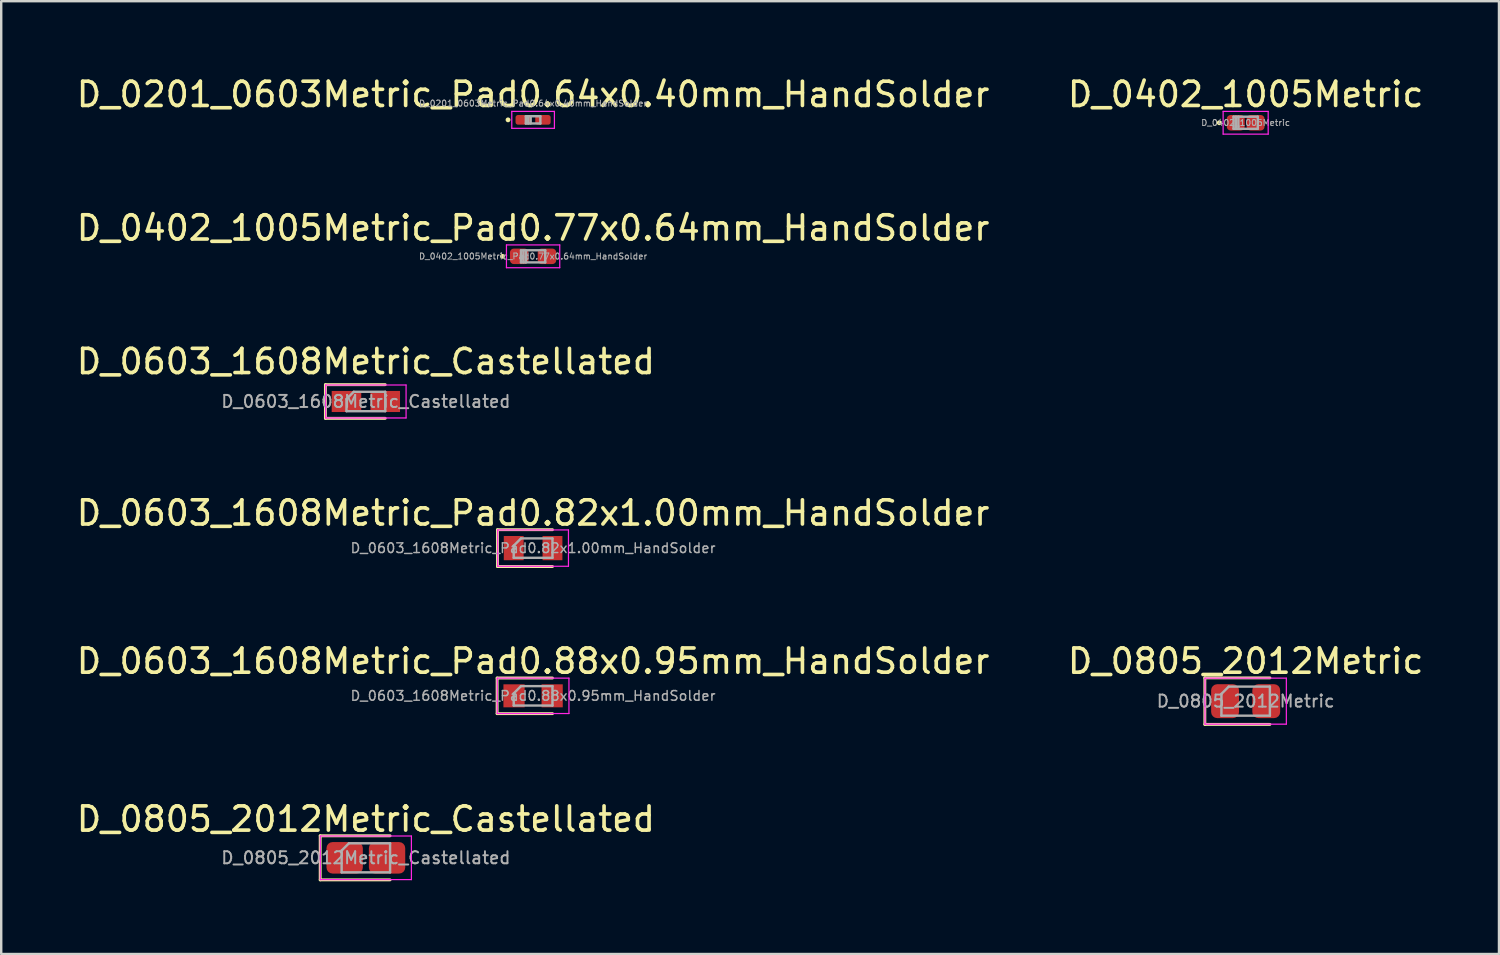
<source format=kicad_pcb>
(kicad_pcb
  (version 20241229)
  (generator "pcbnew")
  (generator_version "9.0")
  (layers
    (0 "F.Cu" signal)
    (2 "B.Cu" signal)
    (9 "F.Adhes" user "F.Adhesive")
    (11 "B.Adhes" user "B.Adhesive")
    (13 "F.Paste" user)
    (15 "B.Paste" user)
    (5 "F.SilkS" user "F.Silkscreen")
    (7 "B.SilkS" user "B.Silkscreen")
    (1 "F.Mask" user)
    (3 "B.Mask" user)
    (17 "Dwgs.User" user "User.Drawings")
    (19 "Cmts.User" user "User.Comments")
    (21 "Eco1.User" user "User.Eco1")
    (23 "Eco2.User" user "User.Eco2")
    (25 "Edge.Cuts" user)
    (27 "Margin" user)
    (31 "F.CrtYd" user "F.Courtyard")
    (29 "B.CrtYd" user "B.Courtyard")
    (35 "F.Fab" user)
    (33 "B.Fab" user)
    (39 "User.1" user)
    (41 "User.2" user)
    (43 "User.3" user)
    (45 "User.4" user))
  (footprint "D_0402_1005Metric"
    (layer "F.Cu")
    (at 48.375 2.018)
    (property "Reference" "D_0402_1005Metric" (at 0 -1.17 0) (layer "F.SilkS") (effects (font (size 1 1) (thickness 0.15))))
    (attr smd)
    (fp_circle (center -1.09 0) (end -1.04 0) (stroke (width 0.1) (type solid)) (fill no) (layer "F.SilkS"))
    (fp_line (start -0.93 -0.47) (end 0.93 -0.47) (stroke (width 0.05) (type solid)) (layer "F.CrtYd"))
    (fp_line (start -0.93 0.47) (end -0.93 -0.47) (stroke (width 0.05) (type solid)) (layer "F.CrtYd"))
    (fp_line (start 0.93 -0.47) (end 0.93 0.47) (stroke (width 0.05) (type solid)) (layer "F.CrtYd"))
    (fp_line (start 0.93 0.47) (end -0.93 0.47) (stroke (width 0.05) (type solid)) (layer "F.CrtYd"))
    (fp_line (start -0.5 -0.25) (end 0.5 -0.25) (stroke (width 0.1) (type solid)) (layer "F.Fab"))
    (fp_line (start -0.5 0.25) (end -0.5 -0.25) (stroke (width 0.1) (type solid)) (layer "F.Fab"))
    (fp_line (start -0.4 0.25) (end -0.4 -0.25) (stroke (width 0.1) (type solid)) (layer "F.Fab"))
    (fp_line (start -0.3 0.25) (end -0.3 -0.25) (stroke (width 0.1) (type solid)) (layer "F.Fab"))
    (fp_line (start 0.5 -0.25) (end 0.5 0.25) (stroke (width 0.1) (type solid)) (layer "F.Fab"))
    (fp_line (start 0.5 0.25) (end -0.5 0.25) (stroke (width 0.1) (type solid)) (layer "F.Fab"))
    (fp_text user "${REFERENCE}" (at 0 0 0) (layer "F.Fab") (effects (font (size 0.25 0.25) (thickness 0.04))))
    (pad "1" smd roundrect (at -0.41 0) (size 0.74 0.64) (layers "F.Cu" "F.Mask" "F.Paste") (roundrect_rratio 0.25))
    (pad "2" smd roundrect (at 0.41 0) (size 0.74 0.64) (layers "F.Cu" "F.Mask" "F.Paste") (roundrect_rratio 0.25)))
  (footprint "D_0603_1608Metric_Pad0.88x0.95mm_HandSolder"
    (layer "F.Cu")
    (at 18.958 25.676)
    (property "Reference" "D_0603_1608Metric_Pad0.88x0.95mm_HandSolder" (at 0 -1.43 0) (layer "F.SilkS") (effects (font (size 1 1) (thickness 0.15))))
    (attr smd)
    (fp_line (start -1.485 -0.735) (end -1.485 0.735) (stroke (width 0.12) (type solid)) (layer "F.SilkS"))
    (fp_line (start -1.485 0.735) (end 0.8 0.735) (stroke (width 0.12) (type solid)) (layer "F.SilkS"))
    (fp_line (start 0.8 -0.735) (end -1.485 -0.735) (stroke (width 0.12) (type solid)) (layer "F.SilkS"))
    (fp_line (start -1.48 -0.73) (end 1.48 -0.73) (stroke (width 0.05) (type solid)) (layer "F.CrtYd"))
    (fp_line (start -1.48 0.73) (end -1.48 -0.73) (stroke (width 0.05) (type solid)) (layer "F.CrtYd"))
    (fp_line (start 1.48 -0.73) (end 1.48 0.73) (stroke (width 0.05) (type solid)) (layer "F.CrtYd"))
    (fp_line (start 1.48 0.73) (end -1.48 0.73) (stroke (width 0.05) (type solid)) (layer "F.CrtYd"))
    (fp_line (start -0.8 -0.1) (end -0.8 0.4) (stroke (width 0.1) (type solid)) (layer "F.Fab"))
    (fp_line (start -0.8 0.4) (end 0.8 0.4) (stroke (width 0.1) (type solid)) (layer "F.Fab"))
    (fp_line (start -0.5 -0.4) (end -0.8 -0.1) (stroke (width 0.1) (type solid)) (layer "F.Fab"))
    (fp_line (start 0.8 -0.4) (end -0.5 -0.4) (stroke (width 0.1) (type solid)) (layer "F.Fab"))
    (fp_line (start 0.8 0.4) (end 0.8 -0.4) (stroke (width 0.1) (type solid)) (layer "F.Fab"))
    (fp_text user "${REFERENCE}" (at 0 0 0) (layer "F.Fab") (effects (font (size 0.4 0.4) (thickness 0.06))))
    (pad "1" smd rect (at -0.787 0) (size 0.875 0.95) (layers "F.Cu" "F.Mask" "F.Paste"))
    (pad "2" smd rect (at 0.787 0) (size 0.875 0.95) (layers "F.Cu" "F.Mask" "F.Paste")))
  (footprint "D_0603_1608Metric_Pad0.82x1.00mm_HandSolder"
    (layer "F.Cu")
    (at 18.958 19.578)
    (property "Reference" "D_0603_1608Metric_Pad0.82x1.00mm_HandSolder" (at 0 -1.45 0) (layer "F.SilkS") (effects (font (size 1 1) (thickness 0.15))))
    (attr smd)
    (fp_line (start -1.47 -0.76) (end -1.47 0.76) (stroke (width 0.12) (type solid)) (layer "F.SilkS"))
    (fp_line (start -1.47 0.76) (end 0.8 0.76) (stroke (width 0.12) (type solid)) (layer "F.SilkS"))
    (fp_line (start 0.8 -0.76) (end -1.47 -0.76) (stroke (width 0.12) (type solid)) (layer "F.SilkS"))
    (fp_line (start -1.46 -0.75) (end 1.46 -0.75) (stroke (width 0.05) (type solid)) (layer "F.CrtYd"))
    (fp_line (start -1.46 0.75) (end -1.46 -0.75) (stroke (width 0.05) (type solid)) (layer "F.CrtYd"))
    (fp_line (start 1.46 -0.75) (end 1.46 0.75) (stroke (width 0.05) (type solid)) (layer "F.CrtYd"))
    (fp_line (start 1.46 0.75) (end -1.46 0.75) (stroke (width 0.05) (type solid)) (layer "F.CrtYd"))
    (fp_line (start -0.8 -0.1) (end -0.8 0.4) (stroke (width 0.1) (type solid)) (layer "F.Fab"))
    (fp_line (start -0.8 0.4) (end 0.8 0.4) (stroke (width 0.1) (type solid)) (layer "F.Fab"))
    (fp_line (start -0.5 -0.4) (end -0.8 -0.1) (stroke (width 0.1) (type solid)) (layer "F.Fab"))
    (fp_line (start 0.8 -0.4) (end -0.5 -0.4) (stroke (width 0.1) (type solid)) (layer "F.Fab"))
    (fp_line (start 0.8 0.4) (end 0.8 -0.4) (stroke (width 0.1) (type solid)) (layer "F.Fab"))
    (fp_text user "${REFERENCE}" (at 0 0 0) (layer "F.Fab") (effects (font (size 0.4 0.4) (thickness 0.06))))
    (pad "1" smd rect (at -0.8 0) (size 0.82 1) (layers "F.Cu" "F.Mask" "F.Paste"))
    (pad "2" smd rect (at 0.8 0) (size 0.82 1) (layers "F.Cu" "F.Mask" "F.Paste")))
  (footprint "D_0603_1608Metric_Castellated"
    (layer "F.Cu")
    (at 12.054 13.525)
    (property "Reference" "D_0603_1608Metric_Castellated" (at 0 -1.65 0) (layer "F.SilkS") (effects (font (size 1 1) (thickness 0.15))))
    (attr smd)
    (fp_line (start -1.67 -0.695) (end -1.67 0.695) (stroke (width 0.12) (type solid)) (layer "F.SilkS"))
    (fp_line (start -1.67 0.695) (end 0.8 0.695) (stroke (width 0.12) (type solid)) (layer "F.SilkS"))
    (fp_line (start 0.8 -0.695) (end -1.67 -0.695) (stroke (width 0.12) (type solid)) (layer "F.SilkS"))
    (fp_line (start -1.66 -0.68) (end 1.66 -0.68) (stroke (width 0.05) (type solid)) (layer "F.CrtYd"))
    (fp_line (start -1.66 0.68) (end -1.66 -0.68) (stroke (width 0.05) (type solid)) (layer "F.CrtYd"))
    (fp_line (start 1.66 -0.68) (end 1.66 0.68) (stroke (width 0.05) (type solid)) (layer "F.CrtYd"))
    (fp_line (start 1.66 0.68) (end -1.66 0.68) (stroke (width 0.05) (type solid)) (layer "F.CrtYd"))
    (fp_line (start -0.8 -0.1) (end -0.8 0.4) (stroke (width 0.1) (type solid)) (layer "F.Fab"))
    (fp_line (start -0.8 0.4) (end 0.8 0.4) (stroke (width 0.1) (type solid)) (layer "F.Fab"))
    (fp_line (start -0.5 -0.4) (end -0.8 -0.1) (stroke (width 0.1) (type solid)) (layer "F.Fab"))
    (fp_line (start 0.8 -0.4) (end -0.5 -0.4) (stroke (width 0.1) (type solid)) (layer "F.Fab"))
    (fp_line (start 0.8 0.4) (end 0.8 -0.4) (stroke (width 0.1) (type solid)) (layer "F.Fab"))
    (fp_text user "${REFERENCE}" (at 0 0 0) (layer "F.Fab") (effects (font (size 0.5 0.5) (thickness 0.08))))
    (pad "1" smd rect (at -0.8 0) (size 1.22 0.87) (layers "F.Cu" "F.Mask" "F.Paste"))
    (pad "2" smd rect (at 0.8 0) (size 1.22 0.87) (layers "F.Cu" "F.Mask" "F.Paste")))
  (footprint "D_0805_2012Metric"
    (layer "F.Cu")
    (at 48.375 25.896)
    (property "Reference" "D_0805_2012Metric" (at 0 -1.65 0) (layer "F.SilkS") (effects (font (size 1 1) (thickness 0.15))))
    (attr smd)
    (fp_line (start -1.685 -0.96) (end -1.685 0.96) (stroke (width 0.12) (type solid)) (layer "F.SilkS"))
    (fp_line (start -1.685 0.96) (end 1 0.96) (stroke (width 0.12) (type solid)) (layer "F.SilkS"))
    (fp_line (start 1 -0.96) (end -1.685 -0.96) (stroke (width 0.12) (type solid)) (layer "F.SilkS"))
    (fp_line (start -1.68 -0.95) (end 1.68 -0.95) (stroke (width 0.05) (type solid)) (layer "F.CrtYd"))
    (fp_line (start -1.68 0.95) (end -1.68 -0.95) (stroke (width 0.05) (type solid)) (layer "F.CrtYd"))
    (fp_line (start 1.68 -0.95) (end 1.68 0.95) (stroke (width 0.05) (type solid)) (layer "F.CrtYd"))
    (fp_line (start 1.68 0.95) (end -1.68 0.95) (stroke (width 0.05) (type solid)) (layer "F.CrtYd"))
    (fp_line (start -1 -0.3) (end -1 0.6) (stroke (width 0.1) (type solid)) (layer "F.Fab"))
    (fp_line (start -1 0.6) (end 1 0.6) (stroke (width 0.1) (type solid)) (layer "F.Fab"))
    (fp_line (start -0.7 -0.6) (end -1 -0.3) (stroke (width 0.1) (type solid)) (layer "F.Fab"))
    (fp_line (start 1 -0.6) (end -0.7 -0.6) (stroke (width 0.1) (type solid)) (layer "F.Fab"))
    (fp_line (start 1 0.6) (end 1 -0.6) (stroke (width 0.1) (type solid)) (layer "F.Fab"))
    (fp_text user "${REFERENCE}" (at 0 0 0) (layer "F.Fab") (effects (font (size 0.5 0.5) (thickness 0.08))))
    (pad "1" smd roundrect (at -0.85 0) (size 1.15 1.4) (layers "F.Cu" "F.Mask" "F.Paste") (roundrect_rratio 0.217))
    (pad "2" smd roundrect (at 0.85 0) (size 1.15 1.4) (layers "F.Cu" "F.Mask" "F.Paste") (roundrect_rratio 0.217)))
  (footprint "D_0201_0603Metric_Pad0.64x0.40mm_HandSolder"
    (layer "F.Cu")
    (at 18.958 1.898)
    (property "Reference" "D_0201_0603Metric_Pad0.64x0.40mm_HandSolder" (at 0 -1.05 0) (layer "F.SilkS") (effects (font (size 1 1) (thickness 0.15))))
    (attr smd)
    (fp_circle (center -1.035 0) (end -0.985 0) (stroke (width 0.1) (type solid)) (fill no) (layer "F.SilkS"))
    (fp_line (start -0.88 -0.35) (end 0.88 -0.35) (stroke (width 0.05) (type solid)) (layer "F.CrtYd"))
    (fp_line (start -0.88 0.35) (end -0.88 -0.35) (stroke (width 0.05) (type solid)) (layer "F.CrtYd"))
    (fp_line (start 0.88 -0.35) (end 0.88 0.35) (stroke (width 0.05) (type solid)) (layer "F.CrtYd"))
    (fp_line (start 0.88 0.35) (end -0.88 0.35) (stroke (width 0.05) (type solid)) (layer "F.CrtYd"))
    (fp_line (start -0.3 -0.15) (end 0.3 -0.15) (stroke (width 0.1) (type solid)) (layer "F.Fab"))
    (fp_line (start -0.3 0.15) (end -0.3 -0.15) (stroke (width 0.1) (type solid)) (layer "F.Fab"))
    (fp_line (start -0.2 0.15) (end -0.2 -0.15) (stroke (width 0.1) (type solid)) (layer "F.Fab"))
    (fp_line (start -0.1 0.15) (end -0.1 -0.15) (stroke (width 0.1) (type solid)) (layer "F.Fab"))
    (fp_line (start 0.3 -0.15) (end 0.3 0.15) (stroke (width 0.1) (type solid)) (layer "F.Fab"))
    (fp_line (start 0.3 0.15) (end -0.3 0.15) (stroke (width 0.1) (type solid)) (layer "F.Fab"))
    (fp_text user "${REFERENCE}" (at 0 -0.68 0) (layer "F.Fab") (effects (font (size 0.25 0.25) (thickness 0.04))))
    (pad "" smd roundrect (at -0.432 0) (size 0.458 0.36) (layers "F.Paste") (roundrect_rratio 0.25))
    (pad "" smd roundrect (at 0.432 0) (size 0.458 0.36) (layers "F.Paste") (roundrect_rratio 0.25))
    (pad "1" smd roundrect (at -0.407 0) (size 0.635 0.4) (layers "F.Cu" "F.Mask") (roundrect_rratio 0.25))
    (pad "2" smd roundrect (at 0.407 0) (size 0.635 0.4) (layers "F.Cu" "F.Mask") (roundrect_rratio 0.25)))
  (footprint "D_0805_2012Metric_Castellated"
    (layer "F.Cu")
    (at 12.054 32.364)
    (property "Reference" "D_0805_2012Metric_Castellated" (at 0 -1.6 0) (layer "F.SilkS") (effects (font (size 1 1) (thickness 0.15))))
    (attr smd)
    (fp_line (start -1.885 -0.91) (end -1.885 0.91) (stroke (width 0.12) (type solid)) (layer "F.SilkS"))
    (fp_line (start -1.885 0.91) (end 1 0.91) (stroke (width 0.12) (type solid)) (layer "F.SilkS"))
    (fp_line (start 1 -0.91) (end -1.885 -0.91) (stroke (width 0.12) (type solid)) (layer "F.SilkS"))
    (fp_line (start -1.88 -0.9) (end 1.88 -0.9) (stroke (width 0.05) (type solid)) (layer "F.CrtYd"))
    (fp_line (start -1.88 0.9) (end -1.88 -0.9) (stroke (width 0.05) (type solid)) (layer "F.CrtYd"))
    (fp_line (start 1.88 -0.9) (end 1.88 0.9) (stroke (width 0.05) (type solid)) (layer "F.CrtYd"))
    (fp_line (start 1.88 0.9) (end -1.88 0.9) (stroke (width 0.05) (type solid)) (layer "F.CrtYd"))
    (fp_line (start -1 -0.3) (end -1 0.6) (stroke (width 0.1) (type solid)) (layer "F.Fab"))
    (fp_line (start -1 0.6) (end 1 0.6) (stroke (width 0.1) (type solid)) (layer "F.Fab"))
    (fp_line (start -0.7 -0.6) (end -1 -0.3) (stroke (width 0.1) (type solid)) (layer "F.Fab"))
    (fp_line (start 1 -0.6) (end -0.7 -0.6) (stroke (width 0.1) (type solid)) (layer "F.Fab"))
    (fp_line (start 1 0.6) (end 1 -0.6) (stroke (width 0.1) (type solid)) (layer "F.Fab"))
    (fp_text user "${REFERENCE}" (at 0 0 0) (layer "F.Fab") (effects (font (size 0.5 0.5) (thickness 0.08))))
    (pad "1" smd roundrect (at -0.875 0) (size 1.5 1.3) (layers "F.Cu" "F.Mask" "F.Paste") (roundrect_rratio 0.192))
    (pad "2" smd roundrect (at 0.875 0) (size 1.5 1.3) (layers "F.Cu" "F.Mask" "F.Paste") (roundrect_rratio 0.192)))
  (footprint "D_0402_1005Metric_Pad0.77x0.64mm_HandSolder"
    (layer "F.Cu")
    (at 18.958 7.532)
    (property "Reference" "D_0402_1005Metric_Pad0.77x0.64mm_HandSolder" (at 0 -1.17 0) (layer "F.SilkS") (effects (font (size 1 1) (thickness 0.15))))
    (attr smd)
    (fp_circle (center -1.265 0) (end -1.215 0) (stroke (width 0.1) (type solid)) (fill no) (layer "F.SilkS"))
    (fp_line (start -1.1 -0.47) (end 1.1 -0.47) (stroke (width 0.05) (type solid)) (layer "F.CrtYd"))
    (fp_line (start -1.1 0.47) (end -1.1 -0.47) (stroke (width 0.05) (type solid)) (layer "F.CrtYd"))
    (fp_line (start 1.1 -0.47) (end 1.1 0.47) (stroke (width 0.05) (type solid)) (layer "F.CrtYd"))
    (fp_line (start 1.1 0.47) (end -1.1 0.47) (stroke (width 0.05) (type solid)) (layer "F.CrtYd"))
    (fp_line (start -0.5 -0.25) (end 0.5 -0.25) (stroke (width 0.1) (type solid)) (layer "F.Fab"))
    (fp_line (start -0.5 0.25) (end -0.5 -0.25) (stroke (width 0.1) (type solid)) (layer "F.Fab"))
    (fp_line (start -0.4 0.25) (end -0.4 -0.25) (stroke (width 0.1) (type solid)) (layer "F.Fab"))
    (fp_line (start -0.3 0.25) (end -0.3 -0.25) (stroke (width 0.1) (type solid)) (layer "F.Fab"))
    (fp_line (start 0.5 -0.25) (end 0.5 0.25) (stroke (width 0.1) (type solid)) (layer "F.Fab"))
    (fp_line (start 0.5 0.25) (end -0.5 0.25) (stroke (width 0.1) (type solid)) (layer "F.Fab"))
    (fp_text user "${REFERENCE}" (at 0 0 0) (layer "F.Fab") (effects (font (size 0.25 0.25) (thickness 0.04))))
    (pad "1" smd roundrect (at -0.573 0) (size 0.765 0.64) (layers "F.Cu" "F.Mask" "F.Paste") (roundrect_rratio 0.25))
    (pad "2" smd roundrect (at 0.573 0) (size 0.765 0.64) (layers "F.Cu" "F.Mask" "F.Paste") (roundrect_rratio 0.25)))
  (gr_rect
    (start -3 -3)
    (end 58.833 36.334)
    (stroke (width 0.1) (type default))
    (fill no)
    (layer "Edge.Cuts")))
</source>
